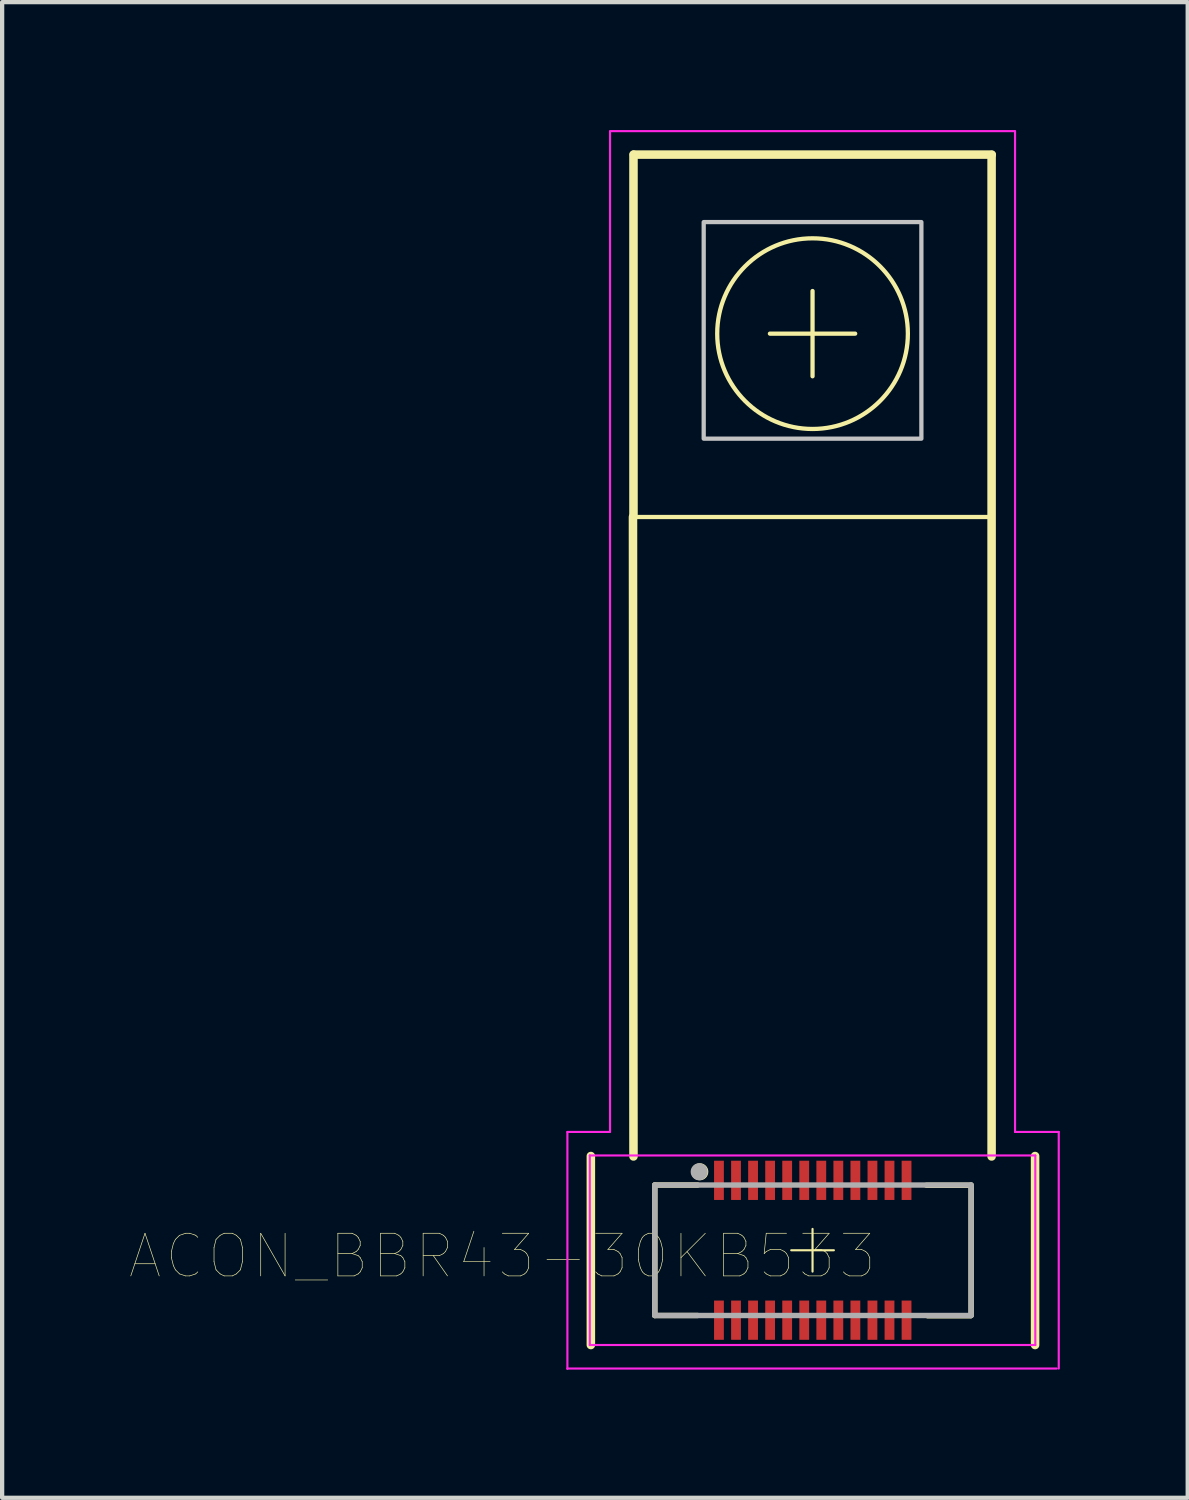
<source format=kicad_pcb>
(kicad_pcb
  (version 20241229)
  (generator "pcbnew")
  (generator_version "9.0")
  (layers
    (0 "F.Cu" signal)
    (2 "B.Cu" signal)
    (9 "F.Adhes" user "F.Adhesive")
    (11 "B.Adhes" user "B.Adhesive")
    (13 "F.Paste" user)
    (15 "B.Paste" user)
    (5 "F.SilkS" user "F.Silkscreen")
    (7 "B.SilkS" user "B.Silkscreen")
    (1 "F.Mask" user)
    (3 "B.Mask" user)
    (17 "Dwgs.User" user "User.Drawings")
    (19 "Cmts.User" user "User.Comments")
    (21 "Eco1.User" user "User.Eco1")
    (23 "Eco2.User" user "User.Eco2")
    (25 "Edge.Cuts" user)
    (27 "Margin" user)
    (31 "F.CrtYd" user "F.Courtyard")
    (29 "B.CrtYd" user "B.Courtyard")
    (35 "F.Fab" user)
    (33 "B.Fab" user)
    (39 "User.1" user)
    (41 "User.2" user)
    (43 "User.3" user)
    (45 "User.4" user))
  (footprint "ACON_BBR43-30KB533"
    (layer "F.Cu")
    (at 16.009 26.276)
    (property "Reference" "ACON_BBR43-30KB533" (at -7.277 0.14 0) (layer "F.SilkS") (effects (font (size 1 1) (thickness 0.015))))
    (attr through_hole)
    (fp_line (start -5.2 -2.21) (end -5.2 2.223) (stroke (width 0.2) (type solid)) (layer "F.SilkS"))
    (fp_line (start -4.212 -17.2) (end -4.2 -2.2) (stroke (width 0.2) (type solid)) (layer "F.SilkS"))
    (fp_line (start -4.2 -17.2) (end -4.2 -25.7) (stroke (width 0.2) (type solid)) (layer "F.SilkS"))
    (fp_line (start -4.191 -25.7) (end 4.204 -25.7) (stroke (width 0.2) (type solid)) (layer "F.SilkS"))
    (fp_line (start -3.7 -1.53) (end -2.695 -1.53) (stroke (width 0.127) (type solid)) (layer "F.SilkS"))
    (fp_line (start -3.7 1.53) (end -3.7 -1.53) (stroke (width 0.127) (type solid)) (layer "F.SilkS"))
    (fp_line (start -3.7 1.53) (end -2.695 1.53) (stroke (width 0.127) (type solid)) (layer "F.SilkS"))
    (fp_line (start 0 -22.5) (end 0 -20.5) (stroke (width 0.1) (type solid)) (layer "F.SilkS"))
    (fp_line (start 0 -0.5) (end 0 0.5) (stroke (width 0.05) (type solid)) (layer "F.SilkS"))
    (fp_line (start 0.5 0) (end -0.5 0) (stroke (width 0.05) (type solid)) (layer "F.SilkS"))
    (fp_line (start 1 -21.5) (end -1 -21.5) (stroke (width 0.1) (type solid)) (layer "F.SilkS"))
    (fp_line (start 3.678 -1.524) (end 2.673 -1.524) (stroke (width 0.127) (type solid)) (layer "F.SilkS"))
    (fp_line (start 3.705 1.537) (end 2.7 1.537) (stroke (width 0.127) (type solid)) (layer "F.SilkS"))
    (fp_line (start 3.72 -1.53) (end 3.72 1.53) (stroke (width 0.127) (type solid)) (layer "F.SilkS"))
    (fp_line (start 4.2 -25.692) (end 4.2 -2.2) (stroke (width 0.2) (type solid)) (layer "F.SilkS"))
    (fp_line (start 4.214 -17.2) (end -4.212 -17.2) (stroke (width 0.1) (type solid)) (layer "F.SilkS"))
    (fp_line (start 5.22 -2.21) (end 5.22 2.223) (stroke (width 0.2) (type solid)) (layer "F.SilkS"))
    (fp_circle (center -2.645 -1.841) (end -2.545 -1.841) (stroke (width 0.2) (type solid)) (fill no) (layer "F.SilkS"))
    (fp_circle (center 0 -21.5) (end 2.236 -21.5) (stroke (width 0.1) (type solid)) (fill no) (layer "F.SilkS"))
    (fp_poly (pts (xy 2.553 -19.037) (xy -2.553 -19.037) (xy -2.553 -24.117) (xy 2.553 -24.117)) (stroke (width 0.1) (type solid)) (fill no) (layer "Dwgs.User"))
    (fp_line (start -5.753 -2.775) (end -4.763 -2.775) (stroke (width 0.05) (type solid)) (layer "F.CrtYd"))
    (fp_line (start -5.75 2.781) (end -5.75 -2.769) (stroke (width 0.05) (type solid)) (layer "F.CrtYd"))
    (fp_line (start -5.225 -2.223) (end 5.225 -2.223) (stroke (width 0.05) (type solid)) (layer "F.CrtYd"))
    (fp_line (start -5.225 2.223) (end -5.225 -2.223) (stroke (width 0.05) (type solid)) (layer "F.CrtYd"))
    (fp_line (start -4.75 -2.775) (end -4.75 -26.238) (stroke (width 0.05) (type solid)) (layer "F.CrtYd"))
    (fp_line (start -4.75 -26.25) (end 4.737 -26.25) (stroke (width 0.05) (type solid)) (layer "F.CrtYd"))
    (fp_line (start 4.75 -2.775) (end 5.775 -2.775) (stroke (width 0.05) (type solid)) (layer "F.CrtYd"))
    (fp_line (start 4.75 -26.251) (end 4.75 -2.775) (stroke (width 0.05) (type solid)) (layer "F.CrtYd"))
    (fp_line (start 5.225 -2.223) (end 5.225 2.223) (stroke (width 0.05) (type solid)) (layer "F.CrtYd"))
    (fp_line (start 5.225 2.223) (end -5.225 2.223) (stroke (width 0.05) (type solid)) (layer "F.CrtYd"))
    (fp_line (start 5.728 2.775) (end -5.753 2.775) (stroke (width 0.05) (type solid)) (layer "F.CrtYd"))
    (fp_line (start 5.775 -2.775) (end 5.775 2.775) (stroke (width 0.05) (type solid)) (layer "F.CrtYd"))
    (fp_line (start -3.7 -1.53) (end 3.716 -1.53) (stroke (width 0.127) (type solid)) (layer "F.Fab"))
    (fp_line (start -3.7 1.53) (end -3.7 -1.53) (stroke (width 0.127) (type solid)) (layer "F.Fab"))
    (fp_line (start 3.716 1.53) (end -3.7 1.53) (stroke (width 0.127) (type solid)) (layer "F.Fab"))
    (fp_line (start 3.72 -1.53) (end 3.72 1.53) (stroke (width 0.127) (type solid)) (layer "F.Fab"))
    (fp_circle (center -2.659 -1.841) (end -2.559 -1.841) (stroke (width 0.2) (type solid)) (fill no) (layer "F.Fab"))
    (pad "1" smd rect (at -2.195 -1.64) (size 0.23 0.92) (layers "F.Cu" "F.Mask" "F.Paste"))
    (pad "2" smd rect (at -1.795 -1.64) (size 0.23 0.92) (layers "F.Cu" "F.Mask" "F.Paste"))
    (pad "3" smd rect (at -1.395 -1.64) (size 0.23 0.92) (layers "F.Cu" "F.Mask" "F.Paste"))
    (pad "4" smd rect (at -0.995 -1.64) (size 0.23 0.92) (layers "F.Cu" "F.Mask" "F.Paste"))
    (pad "5" smd rect (at -0.595 -1.64) (size 0.23 0.92) (layers "F.Cu" "F.Mask" "F.Paste"))
    (pad "6" smd rect (at -0.195 -1.64) (size 0.23 0.92) (layers "F.Cu" "F.Mask" "F.Paste"))
    (pad "7" smd rect (at 0.205 -1.64) (size 0.23 0.92) (layers "F.Cu" "F.Mask" "F.Paste"))
    (pad "8" smd rect (at 0.605 -1.64) (size 0.23 0.92) (layers "F.Cu" "F.Mask" "F.Paste"))
    (pad "9" smd rect (at 1.005 -1.64) (size 0.23 0.92) (layers "F.Cu" "F.Mask" "F.Paste"))
    (pad "10" smd rect (at 1.405 -1.64) (size 0.23 0.92) (layers "F.Cu" "F.Mask" "F.Paste"))
    (pad "11" smd rect (at 1.805 -1.64) (size 0.23 0.92) (layers "F.Cu" "F.Mask" "F.Paste"))
    (pad "12" smd rect (at 2.205 -1.64) (size 0.23 0.92) (layers "F.Cu" "F.Mask" "F.Paste"))
    (pad "13" smd rect (at 2.205 1.64) (size 0.23 0.92) (layers "F.Cu" "F.Mask" "F.Paste"))
    (pad "14" smd rect (at 1.805 1.64) (size 0.23 0.92) (layers "F.Cu" "F.Mask" "F.Paste"))
    (pad "15" smd rect (at 1.405 1.64) (size 0.23 0.92) (layers "F.Cu" "F.Mask" "F.Paste"))
    (pad "16" smd rect (at 1.005 1.64) (size 0.23 0.92) (layers "F.Cu" "F.Mask" "F.Paste"))
    (pad "17" smd rect (at 0.605 1.64 180) (size 0.23 0.92) (layers "F.Cu" "F.Mask" "F.Paste"))
    (pad "18" smd rect (at 0.205 1.64) (size 0.23 0.92) (layers "F.Cu" "F.Mask" "F.Paste"))
    (pad "19" smd rect (at -0.195 1.64) (size 0.23 0.92) (layers "F.Cu" "F.Mask" "F.Paste"))
    (pad "20" smd rect (at -0.595 1.64) (size 0.23 0.92) (layers "F.Cu" "F.Mask" "F.Paste"))
    (pad "21" smd rect (at -0.995 1.64) (size 0.23 0.92) (layers "F.Cu" "F.Mask" "F.Paste"))
    (pad "22" smd rect (at -1.395 1.64) (size 0.23 0.92) (layers "F.Cu" "F.Mask" "F.Paste"))
    (pad "23" smd rect (at -1.795 1.64) (size 0.23 0.92) (layers "F.Cu" "F.Mask" "F.Paste"))
    (pad "24" smd rect (at -2.195 1.64) (size 0.23 0.92) (layers "F.Cu" "F.Mask" "F.Paste")))
  (gr_rect
    (start -3 -3)
    (end 24.809 32.082)
    (stroke (width 0.1) (type default))
    (fill no)
    (layer "Edge.Cuts")))
</source>
